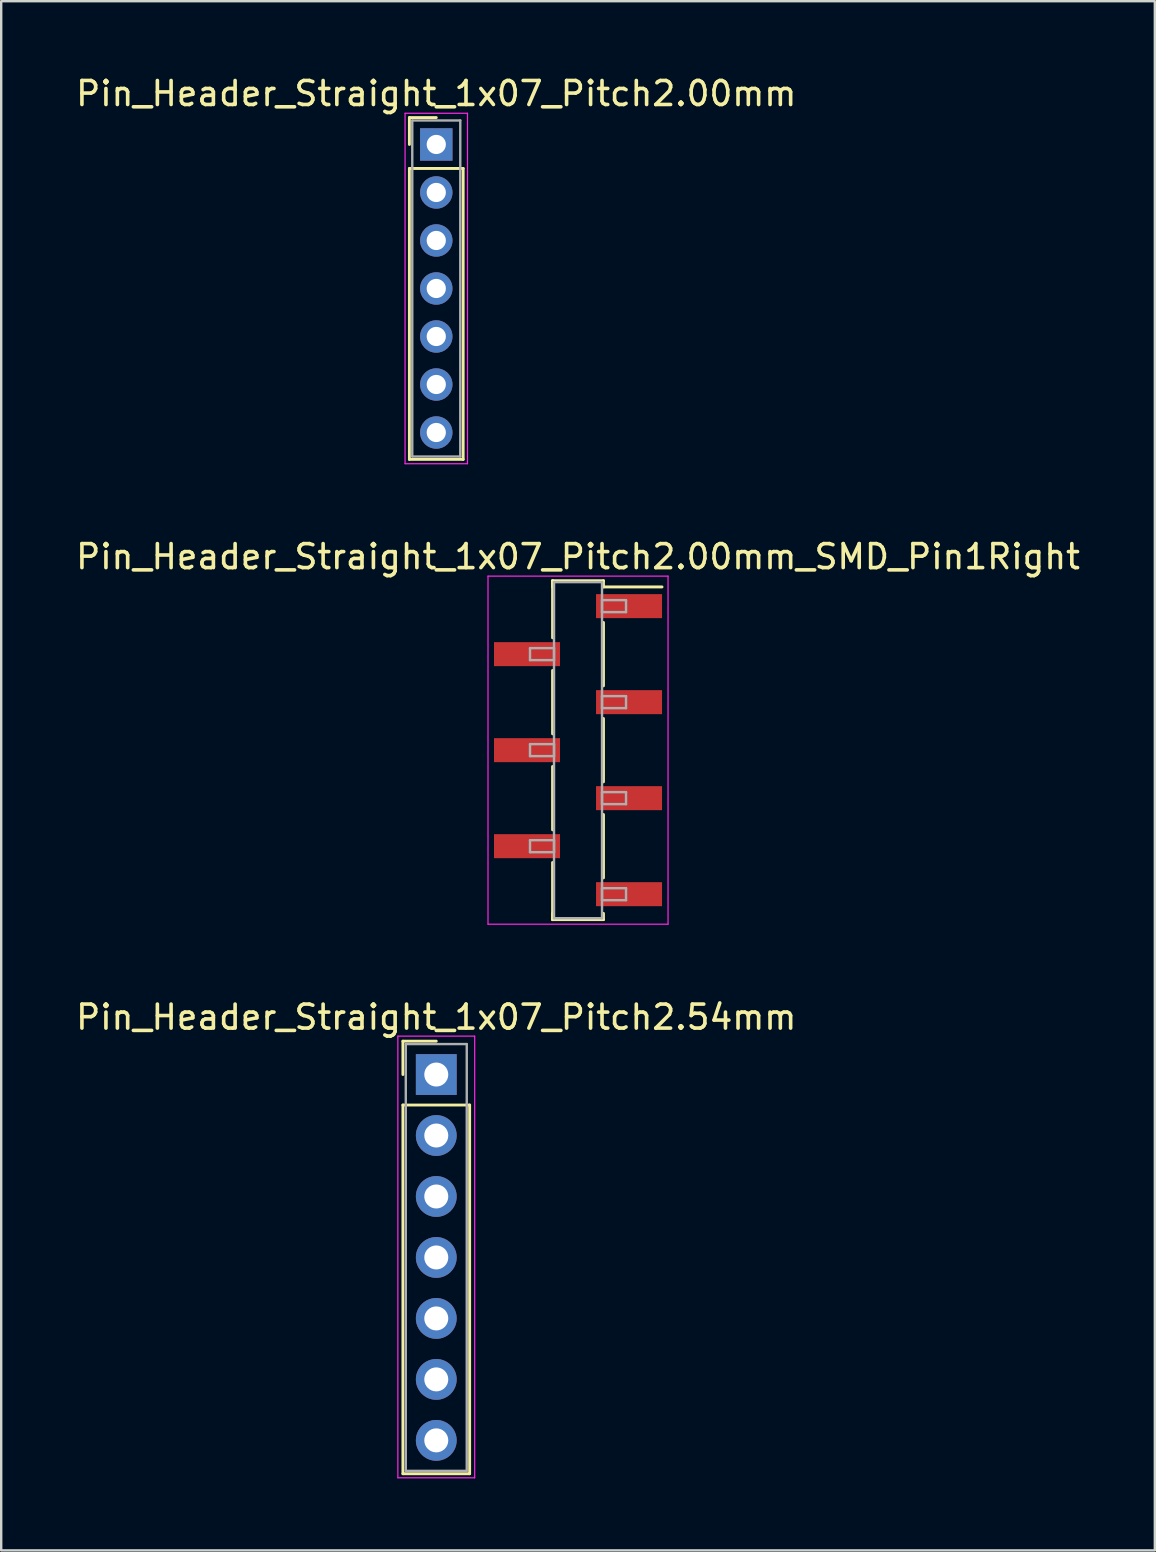
<source format=kicad_pcb>
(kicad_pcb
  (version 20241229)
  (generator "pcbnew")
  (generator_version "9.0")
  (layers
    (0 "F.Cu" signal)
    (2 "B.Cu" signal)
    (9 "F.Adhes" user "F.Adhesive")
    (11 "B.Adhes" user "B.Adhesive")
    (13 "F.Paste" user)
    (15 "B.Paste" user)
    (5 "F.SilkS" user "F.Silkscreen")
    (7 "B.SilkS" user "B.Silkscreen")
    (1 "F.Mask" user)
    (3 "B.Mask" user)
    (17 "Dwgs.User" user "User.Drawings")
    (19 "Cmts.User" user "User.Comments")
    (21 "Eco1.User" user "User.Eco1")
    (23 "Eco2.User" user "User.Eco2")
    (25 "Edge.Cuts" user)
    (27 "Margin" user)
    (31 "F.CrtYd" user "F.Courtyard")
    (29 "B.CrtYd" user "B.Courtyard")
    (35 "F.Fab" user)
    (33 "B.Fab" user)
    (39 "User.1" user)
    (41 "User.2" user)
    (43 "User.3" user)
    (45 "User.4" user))
  (footprint "Pin_Header_Straight_1x07_Pitch2.00mm"
    (layer "F.Cu")
    (at 15.125 2.968)
    (property "Reference" "Pin_Header_Straight_1x07_Pitch2.00mm" (at 0 -2.12 0) (layer "F.SilkS") (effects (font (size 1 1) (thickness 0.15))))
    (attr through_hole)
    (fp_line (start -1.12 -1.12) (end 0 -1.12) (stroke (width 0.12) (type solid)) (layer "F.SilkS"))
    (fp_line (start -1.12 0) (end -1.12 -1.12) (stroke (width 0.12) (type solid)) (layer "F.SilkS"))
    (fp_line (start -1.12 1) (end -1.12 13.12) (stroke (width 0.12) (type solid)) (layer "F.SilkS"))
    (fp_line (start -1.12 13.12) (end 1.12 13.12) (stroke (width 0.12) (type solid)) (layer "F.SilkS"))
    (fp_line (start 1.12 1) (end -1.12 1) (stroke (width 0.12) (type solid)) (layer "F.SilkS"))
    (fp_line (start 1.12 13.12) (end 1.12 1) (stroke (width 0.12) (type solid)) (layer "F.SilkS"))
    (fp_line (start -1.3 -1.3) (end -1.3 13.3) (stroke (width 0.05) (type solid)) (layer "F.CrtYd"))
    (fp_line (start -1.3 13.3) (end 1.3 13.3) (stroke (width 0.05) (type solid)) (layer "F.CrtYd"))
    (fp_line (start 1.3 -1.3) (end -1.3 -1.3) (stroke (width 0.05) (type solid)) (layer "F.CrtYd"))
    (fp_line (start 1.3 13.3) (end 1.3 -1.3) (stroke (width 0.05) (type solid)) (layer "F.CrtYd"))
    (fp_line (start -1 -1) (end -1 13) (stroke (width 0.1) (type solid)) (layer "F.Fab"))
    (fp_line (start -1 13) (end 1 13) (stroke (width 0.1) (type solid)) (layer "F.Fab"))
    (fp_line (start 1 -1) (end -1 -1) (stroke (width 0.1) (type solid)) (layer "F.Fab"))
    (fp_line (start 1 13) (end 1 -1) (stroke (width 0.1) (type solid)) (layer "F.Fab"))
    (pad "1" thru_hole rect (at 0 0) (size 1.35 1.35) (drill 0.8) (layers "*.Cu" "*.Mask"))
    (pad "2" thru_hole oval (at 0 2) (size 1.35 1.35) (drill 0.8) (layers "*.Cu" "*.Mask"))
    (pad "3" thru_hole oval (at 0 4) (size 1.35 1.35) (drill 0.8) (layers "*.Cu" "*.Mask"))
    (pad "4" thru_hole oval (at 0 6) (size 1.35 1.35) (drill 0.8) (layers "*.Cu" "*.Mask"))
    (pad "5" thru_hole oval (at 0 8) (size 1.35 1.35) (drill 0.8) (layers "*.Cu" "*.Mask"))
    (pad "6" thru_hole oval (at 0 10) (size 1.35 1.35) (drill 0.8) (layers "*.Cu" "*.Mask"))
    (pad "7" thru_hole oval (at 0 12) (size 1.35 1.35) (drill 0.8) (layers "*.Cu" "*.Mask")))
  (footprint "Pin_Header_Straight_1x07_Pitch2.00mm_SMD_Pin1Right"
    (layer "F.Cu")
    (at 21.03 28.201)
    (property "Reference" "Pin_Header_Straight_1x07_Pitch2.00mm_SMD_Pin1Right" (at 0 -8.06 0) (layer "F.SilkS") (effects (font (size 1 1) (thickness 0.15))))
    (attr smd)
    (fp_line (start -1.06 -7.06) (end -1.06 -4.68) (stroke (width 0.12) (type solid)) (layer "F.SilkS"))
    (fp_line (start -1.06 -7.06) (end 1.06 -7.06) (stroke (width 0.12) (type solid)) (layer "F.SilkS"))
    (fp_line (start -1.06 -6.8) (end -1.06 -7.06) (stroke (width 0.12) (type solid)) (layer "F.SilkS"))
    (fp_line (start -1.06 -3.32) (end -1.06 -0.68) (stroke (width 0.12) (type solid)) (layer "F.SilkS"))
    (fp_line (start -1.06 0.68) (end -1.06 3.32) (stroke (width 0.12) (type solid)) (layer "F.SilkS"))
    (fp_line (start -1.06 4.68) (end -1.06 7.06) (stroke (width 0.12) (type solid)) (layer "F.SilkS"))
    (fp_line (start -1.06 6.8) (end -1.06 7.06) (stroke (width 0.12) (type solid)) (layer "F.SilkS"))
    (fp_line (start -1.06 7.06) (end 1.06 7.06) (stroke (width 0.12) (type solid)) (layer "F.SilkS"))
    (fp_line (start 1.06 -7.06) (end 1.06 -6.8) (stroke (width 0.12) (type solid)) (layer "F.SilkS"))
    (fp_line (start 1.06 -6.8) (end 3.5 -6.8) (stroke (width 0.12) (type solid)) (layer "F.SilkS"))
    (fp_line (start 1.06 -5.32) (end 1.06 -2.68) (stroke (width 0.12) (type solid)) (layer "F.SilkS"))
    (fp_line (start 1.06 -1.32) (end 1.06 1.32) (stroke (width 0.12) (type solid)) (layer "F.SilkS"))
    (fp_line (start 1.06 2.68) (end 1.06 5.32) (stroke (width 0.12) (type solid)) (layer "F.SilkS"))
    (fp_line (start 1.06 7.06) (end 1.06 6.8) (stroke (width 0.12) (type solid)) (layer "F.SilkS"))
    (fp_line (start -3.75 -7.25) (end -3.75 7.25) (stroke (width 0.05) (type solid)) (layer "F.CrtYd"))
    (fp_line (start -3.75 7.25) (end 3.75 7.25) (stroke (width 0.05) (type solid)) (layer "F.CrtYd"))
    (fp_line (start 3.75 -7.25) (end -3.75 -7.25) (stroke (width 0.05) (type solid)) (layer "F.CrtYd"))
    (fp_line (start 3.75 7.25) (end 3.75 -7.25) (stroke (width 0.05) (type solid)) (layer "F.CrtYd"))
    (fp_line (start -2 -4.25) (end -1 -4.25) (stroke (width 0.1) (type solid)) (layer "F.Fab"))
    (fp_line (start -2 -3.75) (end -2 -4.25) (stroke (width 0.1) (type solid)) (layer "F.Fab"))
    (fp_line (start -2 -0.25) (end -1 -0.25) (stroke (width 0.1) (type solid)) (layer "F.Fab"))
    (fp_line (start -2 0.25) (end -2 -0.25) (stroke (width 0.1) (type solid)) (layer "F.Fab"))
    (fp_line (start -2 3.75) (end -1 3.75) (stroke (width 0.1) (type solid)) (layer "F.Fab"))
    (fp_line (start -2 4.25) (end -2 3.75) (stroke (width 0.1) (type solid)) (layer "F.Fab"))
    (fp_line (start -1 -7) (end -1 7) (stroke (width 0.1) (type solid)) (layer "F.Fab"))
    (fp_line (start -1 -4.25) (end -1 -3.75) (stroke (width 0.1) (type solid)) (layer "F.Fab"))
    (fp_line (start -1 -3.75) (end -2 -3.75) (stroke (width 0.1) (type solid)) (layer "F.Fab"))
    (fp_line (start -1 -0.25) (end -1 0.25) (stroke (width 0.1) (type solid)) (layer "F.Fab"))
    (fp_line (start -1 0.25) (end -2 0.25) (stroke (width 0.1) (type solid)) (layer "F.Fab"))
    (fp_line (start -1 3.75) (end -1 4.25) (stroke (width 0.1) (type solid)) (layer "F.Fab"))
    (fp_line (start -1 4.25) (end -2 4.25) (stroke (width 0.1) (type solid)) (layer "F.Fab"))
    (fp_line (start -1 7) (end 1 7) (stroke (width 0.1) (type solid)) (layer "F.Fab"))
    (fp_line (start 1 -7) (end -1 -7) (stroke (width 0.1) (type solid)) (layer "F.Fab"))
    (fp_line (start 1 -6.25) (end 1 -5.75) (stroke (width 0.1) (type solid)) (layer "F.Fab"))
    (fp_line (start 1 -5.75) (end 2 -5.75) (stroke (width 0.1) (type solid)) (layer "F.Fab"))
    (fp_line (start 1 -2.25) (end 1 -1.75) (stroke (width 0.1) (type solid)) (layer "F.Fab"))
    (fp_line (start 1 -1.75) (end 2 -1.75) (stroke (width 0.1) (type solid)) (layer "F.Fab"))
    (fp_line (start 1 1.75) (end 1 2.25) (stroke (width 0.1) (type solid)) (layer "F.Fab"))
    (fp_line (start 1 2.25) (end 2 2.25) (stroke (width 0.1) (type solid)) (layer "F.Fab"))
    (fp_line (start 1 5.75) (end 1 6.25) (stroke (width 0.1) (type solid)) (layer "F.Fab"))
    (fp_line (start 1 6.25) (end 2 6.25) (stroke (width 0.1) (type solid)) (layer "F.Fab"))
    (fp_line (start 1 7) (end 1 -7) (stroke (width 0.1) (type solid)) (layer "F.Fab"))
    (fp_line (start 2 -6.25) (end 1 -6.25) (stroke (width 0.1) (type solid)) (layer "F.Fab"))
    (fp_line (start 2 -5.75) (end 2 -6.25) (stroke (width 0.1) (type solid)) (layer "F.Fab"))
    (fp_line (start 2 -2.25) (end 1 -2.25) (stroke (width 0.1) (type solid)) (layer "F.Fab"))
    (fp_line (start 2 -1.75) (end 2 -2.25) (stroke (width 0.1) (type solid)) (layer "F.Fab"))
    (fp_line (start 2 1.75) (end 1 1.75) (stroke (width 0.1) (type solid)) (layer "F.Fab"))
    (fp_line (start 2 2.25) (end 2 1.75) (stroke (width 0.1) (type solid)) (layer "F.Fab"))
    (fp_line (start 2 5.75) (end 1 5.75) (stroke (width 0.1) (type solid)) (layer "F.Fab"))
    (fp_line (start 2 6.25) (end 2 5.75) (stroke (width 0.1) (type solid)) (layer "F.Fab"))
    (pad "1" smd rect (at 2.125 -6) (size 2.75 1) (layers "F.Cu" "F.Mask"))
    (pad "2" smd rect (at -2.125 -4) (size 2.75 1) (layers "F.Cu" "F.Mask"))
    (pad "3" smd rect (at 2.125 -2) (size 2.75 1) (layers "F.Cu" "F.Mask"))
    (pad "4" smd rect (at -2.125 0) (size 2.75 1) (layers "F.Cu" "F.Mask"))
    (pad "5" smd rect (at 2.125 2) (size 2.75 1) (layers "F.Cu" "F.Mask"))
    (pad "6" smd rect (at -2.125 4) (size 2.75 1) (layers "F.Cu" "F.Mask"))
    (pad "7" smd rect (at 2.125 6) (size 2.75 1) (layers "F.Cu" "F.Mask")))
  (footprint "Pin_Header_Straight_1x07_Pitch2.54mm"
    (layer "F.Cu")
    (at 15.125 41.715)
    (property "Reference" "Pin_Header_Straight_1x07_Pitch2.54mm" (at 0 -2.39 0) (layer "F.SilkS") (effects (font (size 1 1) (thickness 0.15))))
    (attr through_hole)
    (fp_line (start -1.39 -1.39) (end 0 -1.39) (stroke (width 0.12) (type solid)) (layer "F.SilkS"))
    (fp_line (start -1.39 0) (end -1.39 -1.39) (stroke (width 0.12) (type solid)) (layer "F.SilkS"))
    (fp_line (start -1.39 1.27) (end -1.39 16.63) (stroke (width 0.12) (type solid)) (layer "F.SilkS"))
    (fp_line (start -1.39 16.63) (end 1.39 16.63) (stroke (width 0.12) (type solid)) (layer "F.SilkS"))
    (fp_line (start 1.39 1.27) (end -1.39 1.27) (stroke (width 0.12) (type solid)) (layer "F.SilkS"))
    (fp_line (start 1.39 16.63) (end 1.39 1.27) (stroke (width 0.12) (type solid)) (layer "F.SilkS"))
    (fp_line (start -1.6 -1.6) (end -1.6 16.8) (stroke (width 0.05) (type solid)) (layer "F.CrtYd"))
    (fp_line (start -1.6 16.8) (end 1.6 16.8) (stroke (width 0.05) (type solid)) (layer "F.CrtYd"))
    (fp_line (start 1.6 -1.6) (end -1.6 -1.6) (stroke (width 0.05) (type solid)) (layer "F.CrtYd"))
    (fp_line (start 1.6 16.8) (end 1.6 -1.6) (stroke (width 0.05) (type solid)) (layer "F.CrtYd"))
    (fp_line (start -1.27 -1.27) (end -1.27 16.51) (stroke (width 0.1) (type solid)) (layer "F.Fab"))
    (fp_line (start -1.27 16.51) (end 1.27 16.51) (stroke (width 0.1) (type solid)) (layer "F.Fab"))
    (fp_line (start 1.27 -1.27) (end -1.27 -1.27) (stroke (width 0.1) (type solid)) (layer "F.Fab"))
    (fp_line (start 1.27 16.51) (end 1.27 -1.27) (stroke (width 0.1) (type solid)) (layer "F.Fab"))
    (pad "1" thru_hole rect (at 0 0) (size 1.7 1.7) (drill 1) (layers "*.Cu" "*.Mask"))
    (pad "2" thru_hole oval (at 0 2.54) (size 1.7 1.7) (drill 1) (layers "*.Cu" "*.Mask"))
    (pad "3" thru_hole oval (at 0 5.08) (size 1.7 1.7) (drill 1) (layers "*.Cu" "*.Mask"))
    (pad "4" thru_hole oval (at 0 7.62) (size 1.7 1.7) (drill 1) (layers "*.Cu" "*.Mask"))
    (pad "5" thru_hole oval (at 0 10.16) (size 1.7 1.7) (drill 1) (layers "*.Cu" "*.Mask"))
    (pad "6" thru_hole oval (at 0 12.7) (size 1.7 1.7) (drill 1) (layers "*.Cu" "*.Mask"))
    (pad "7" thru_hole oval (at 0 15.24) (size 1.7 1.7) (drill 1) (layers "*.Cu" "*.Mask")))
  (gr_rect
    (start -3 -3)
    (end 45.06 61.54)
    (stroke (width 0.1) (type default))
    (fill no)
    (layer "Edge.Cuts")))
</source>
